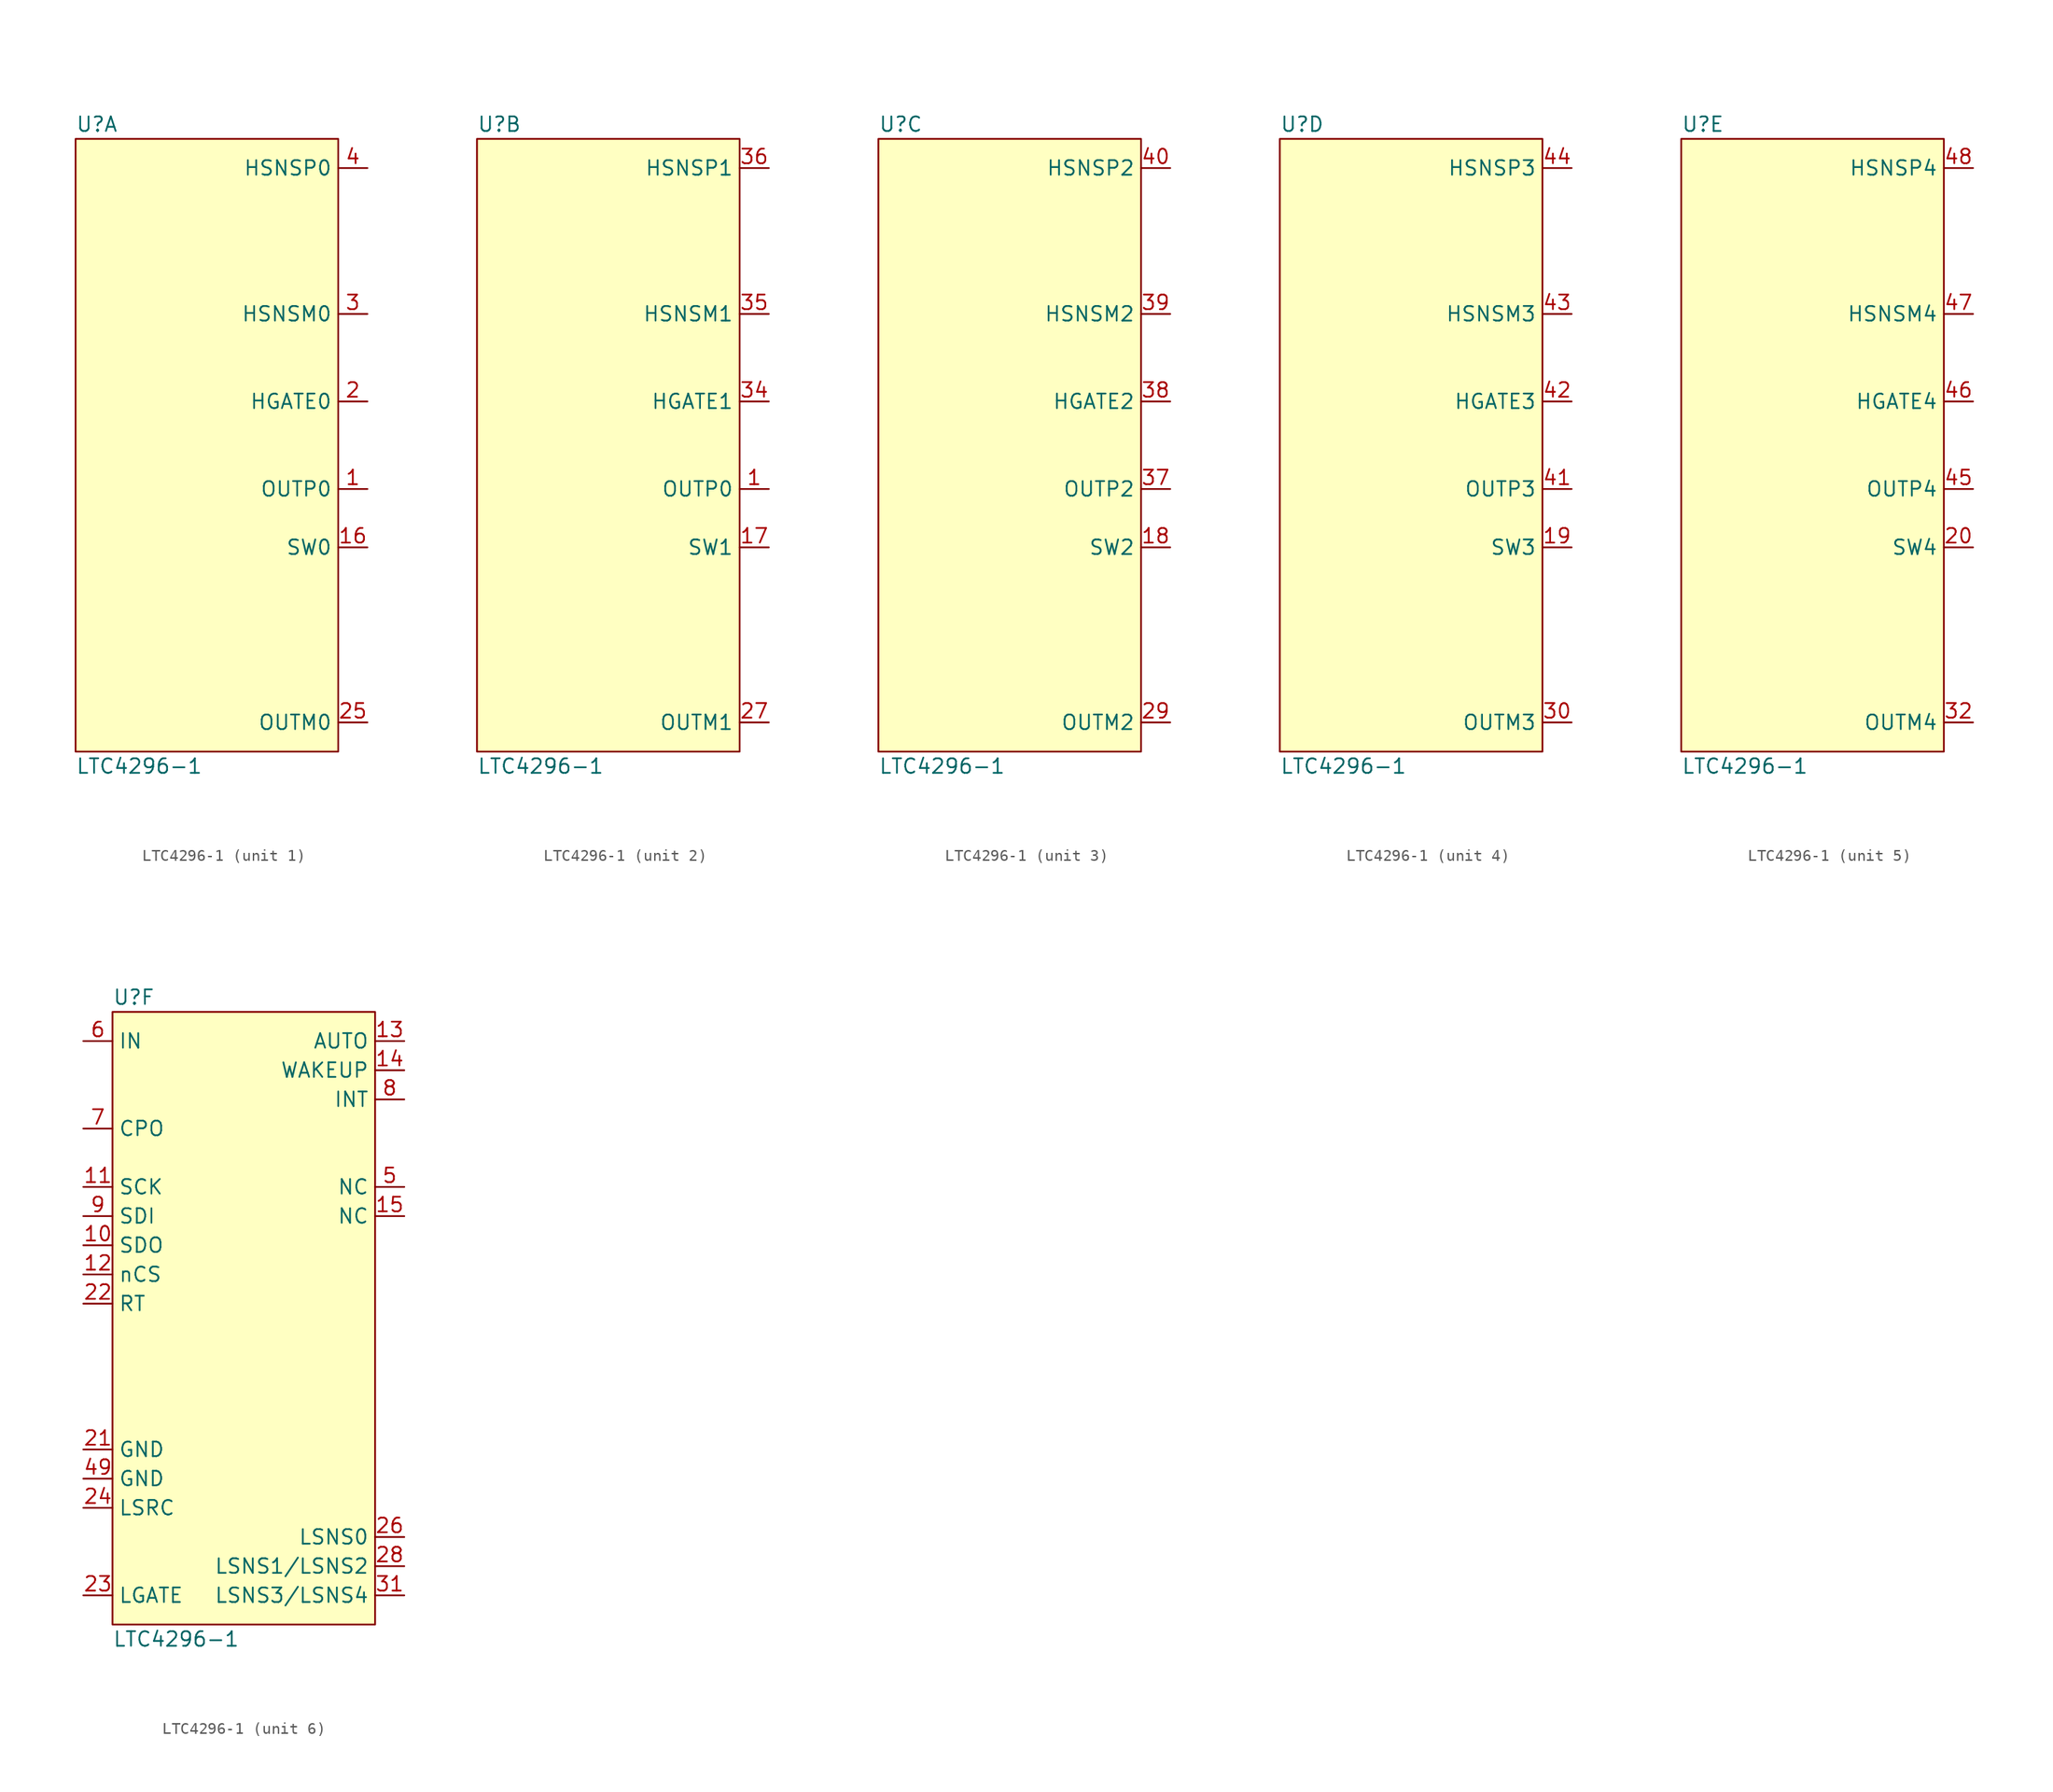
<source format=kicad_sym>
(kicad_symbol_lib
  (version 20211014)
  (generator kicad_symbol_editor)
  (symbol "LTC4296-1"
    (property "Reference" "U"
      (at 0 1.27 0)
      (effects (font (size 1.27 1.27)) (justify left)))
    (property "Value" "LTC4296-1"
      (at 0 -54.61 0)
      (effects (font (size 1.27 1.27)) (justify left)))
    (property "ki_locked" ""
      (at 0 0 0)
      (effects (font (size 1.27 1.27))))
    (symbol "LTC4296-1_0_1"
      (rectangle (start 0 0) (end 22.86 -53.34) (stroke (width 0) (type default) (color 0 0 0 0)) (fill (type background))))
    (symbol "LTC4296-1_1_1"
      (pin output line (at 25.4 -30.48 180) (length 2.54) (name "OUTP0" (effects (font (size 1.27 1.27)))) (number "1" (effects (font (size 1.27 1.27)))))
      (pin output line (at 25.4 -35.56 180) (length 2.54) (name "SW0" (effects (font (size 1.27 1.27)))) (number "16" (effects (font (size 1.27 1.27)))))
      (pin output line (at 25.4 -22.86 180) (length 2.54) (name "HGATE0" (effects (font (size 1.27 1.27)))) (number "2" (effects (font (size 1.27 1.27)))))
      (pin output line (at 25.4 -50.8 180) (length 2.54) (name "OUTM0" (effects (font (size 1.27 1.27)))) (number "25" (effects (font (size 1.27 1.27)))))
      (pin input line (at 25.4 -15.24 180) (length 2.54) (name "HSNSM0" (effects (font (size 1.27 1.27)))) (number "3" (effects (font (size 1.27 1.27)))))
      (pin input line (at 25.4 -2.54 180) (length 2.54) (name "HSNSP0" (effects (font (size 1.27 1.27)))) (number "4" (effects (font (size 1.27 1.27))))))
    (symbol "LTC4296-1_2_1"
      (pin output line (at 25.4 -30.48 180) (length 2.54) (name "OUTP0" (effects (font (size 1.27 1.27)))) (number "1" (effects (font (size 1.27 1.27)))))
      (pin output line (at 25.4 -35.56 180) (length 2.54) (name "SW1" (effects (font (size 1.27 1.27)))) (number "17" (effects (font (size 1.27 1.27)))))
      (pin output line (at 25.4 -50.8 180) (length 2.54) (name "OUTM1" (effects (font (size 1.27 1.27)))) (number "27" (effects (font (size 1.27 1.27)))))
      (pin output line (at 25.4 -22.86 180) (length 2.54) (name "HGATE1" (effects (font (size 1.27 1.27)))) (number "34" (effects (font (size 1.27 1.27)))))
      (pin input line (at 25.4 -15.24 180) (length 2.54) (name "HSNSM1" (effects (font (size 1.27 1.27)))) (number "35" (effects (font (size 1.27 1.27)))))
      (pin input line (at 25.4 -2.54 180) (length 2.54) (name "HSNSP1" (effects (font (size 1.27 1.27)))) (number "36" (effects (font (size 1.27 1.27))))))
    (symbol "LTC4296-1_3_1"
      (pin output line (at 25.4 -35.56 180) (length 2.54) (name "SW2" (effects (font (size 1.27 1.27)))) (number "18" (effects (font (size 1.27 1.27)))))
      (pin output line (at 25.4 -50.8 180) (length 2.54) (name "OUTM2" (effects (font (size 1.27 1.27)))) (number "29" (effects (font (size 1.27 1.27)))))
      (pin output line (at 25.4 -30.48 180) (length 2.54) (name "OUTP2" (effects (font (size 1.27 1.27)))) (number "37" (effects (font (size 1.27 1.27)))))
      (pin output line (at 25.4 -22.86 180) (length 2.54) (name "HGATE2" (effects (font (size 1.27 1.27)))) (number "38" (effects (font (size 1.27 1.27)))))
      (pin input line (at 25.4 -15.24 180) (length 2.54) (name "HSNSM2" (effects (font (size 1.27 1.27)))) (number "39" (effects (font (size 1.27 1.27)))))
      (pin input line (at 25.4 -2.54 180) (length 2.54) (name "HSNSP2" (effects (font (size 1.27 1.27)))) (number "40" (effects (font (size 1.27 1.27))))))
    (symbol "LTC4296-1_4_1"
      (pin output line (at 25.4 -35.56 180) (length 2.54) (name "SW3" (effects (font (size 1.27 1.27)))) (number "19" (effects (font (size 1.27 1.27)))))
      (pin output line (at 25.4 -50.8 180) (length 2.54) (name "OUTM3" (effects (font (size 1.27 1.27)))) (number "30" (effects (font (size 1.27 1.27)))))
      (pin output line (at 25.4 -30.48 180) (length 2.54) (name "OUTP3" (effects (font (size 1.27 1.27)))) (number "41" (effects (font (size 1.27 1.27)))))
      (pin output line (at 25.4 -22.86 180) (length 2.54) (name "HGATE3" (effects (font (size 1.27 1.27)))) (number "42" (effects (font (size 1.27 1.27)))))
      (pin input line (at 25.4 -15.24 180) (length 2.54) (name "HSNSM3" (effects (font (size 1.27 1.27)))) (number "43" (effects (font (size 1.27 1.27)))))
      (pin input line (at 25.4 -2.54 180) (length 2.54) (name "HSNSP3" (effects (font (size 1.27 1.27)))) (number "44" (effects (font (size 1.27 1.27))))))
    (symbol "LTC4296-1_5_1"
      (pin output line (at 25.4 -35.56 180) (length 2.54) (name "SW4" (effects (font (size 1.27 1.27)))) (number "20" (effects (font (size 1.27 1.27)))))
      (pin output line (at 25.4 -50.8 180) (length 2.54) (name "OUTM4" (effects (font (size 1.27 1.27)))) (number "32" (effects (font (size 1.27 1.27)))))
      (pin output line (at 25.4 -30.48 180) (length 2.54) (name "OUTP4" (effects (font (size 1.27 1.27)))) (number "45" (effects (font (size 1.27 1.27)))))
      (pin output line (at 25.4 -22.86 180) (length 2.54) (name "HGATE4" (effects (font (size 1.27 1.27)))) (number "46" (effects (font (size 1.27 1.27)))))
      (pin input line (at 25.4 -15.24 180) (length 2.54) (name "HSNSM4" (effects (font (size 1.27 1.27)))) (number "47" (effects (font (size 1.27 1.27)))))
      (pin input line (at 25.4 -2.54 180) (length 2.54) (name "HSNSP4" (effects (font (size 1.27 1.27)))) (number "48" (effects (font (size 1.27 1.27))))))
    (symbol "LTC4296-1_6_1"
      (pin output line (at -2.54 -20.32 0) (length 2.54) (name "SDO" (effects (font (size 1.27 1.27)))) (number "10" (effects (font (size 1.27 1.27)))))
      (pin input line (at -2.54 -15.24 0) (length 2.54) (name "SCK" (effects (font (size 1.27 1.27)))) (number "11" (effects (font (size 1.27 1.27)))))
      (pin input line (at -2.54 -22.86 0) (length 2.54) (name "nCS" (effects (font (size 1.27 1.27)))) (number "12" (effects (font (size 1.27 1.27)))))
      (pin input line (at 25.4 -2.54 180) (length 2.54) (name "AUTO" (effects (font (size 1.27 1.27)))) (number "13" (effects (font (size 1.27 1.27)))))
      (pin bidirectional line (at 25.4 -5.08 180) (length 2.54) (name "WAKEUP" (effects (font (size 1.27 1.27)))) (number "14" (effects (font (size 1.27 1.27)))))
      (pin input line (at 25.4 -17.78 180) (length 2.54) (name "NC" (effects (font (size 1.27 1.27)))) (number "15" (effects (font (size 1.27 1.27)))))
      (pin power_in line (at -2.54 -38.1 0) (length 2.54) (name "GND" (effects (font (size 1.27 1.27)))) (number "21" (effects (font (size 1.27 1.27)))))
      (pin input line (at -2.54 -25.4 0) (length 2.54) (name "RT" (effects (font (size 1.27 1.27)))) (number "22" (effects (font (size 1.27 1.27)))))
      (pin output line (at -2.54 -50.8 0) (length 2.54) (name "LGATE" (effects (font (size 1.27 1.27)))) (number "23" (effects (font (size 1.27 1.27)))))
      (pin input line (at -2.54 -43.18 0) (length 2.54) (name "LSRC" (effects (font (size 1.27 1.27)))) (number "24" (effects (font (size 1.27 1.27)))))
      (pin input line (at 25.4 -45.72 180) (length 2.54) (name "LSNS0" (effects (font (size 1.27 1.27)))) (number "26" (effects (font (size 1.27 1.27)))))
      (pin input line (at 25.4 -48.26 180) (length 2.54) (name "LSNS1/LSNS2" (effects (font (size 1.27 1.27)))) (number "28" (effects (font (size 1.27 1.27)))))
      (pin input line (at 25.4 -50.8 180) (length 2.54) (name "LSNS3/LSNS4" (effects (font (size 1.27 1.27)))) (number "31" (effects (font (size 1.27 1.27)))))
      (pin power_in line (at -2.54 -40.64 0) (length 2.54) (name "GND" (effects (font (size 1.27 1.27)))) (number "49" (effects (font (size 1.27 1.27)))))
      (pin input line (at 25.4 -15.24 180) (length 2.54) (name "NC" (effects (font (size 1.27 1.27)))) (number "5" (effects (font (size 1.27 1.27)))))
      (pin power_in line (at -2.54 -2.54 0) (length 2.54) (name "IN" (effects (font (size 1.27 1.27)))) (number "6" (effects (font (size 1.27 1.27)))))
      (pin bidirectional line (at -2.54 -10.16 0) (length 2.54) (name "CPO" (effects (font (size 1.27 1.27)))) (number "7" (effects (font (size 1.27 1.27)))))
      (pin bidirectional line (at 25.4 -7.62 180) (length 2.54) (name "INT" (effects (font (size 1.27 1.27)))) (number "8" (effects (font (size 1.27 1.27)))))
      (pin input line (at -2.54 -17.78 0) (length 2.54) (name "SDI" (effects (font (size 1.27 1.27)))) (number "9" (effects (font (size 1.27 1.27))))))))
</source>
